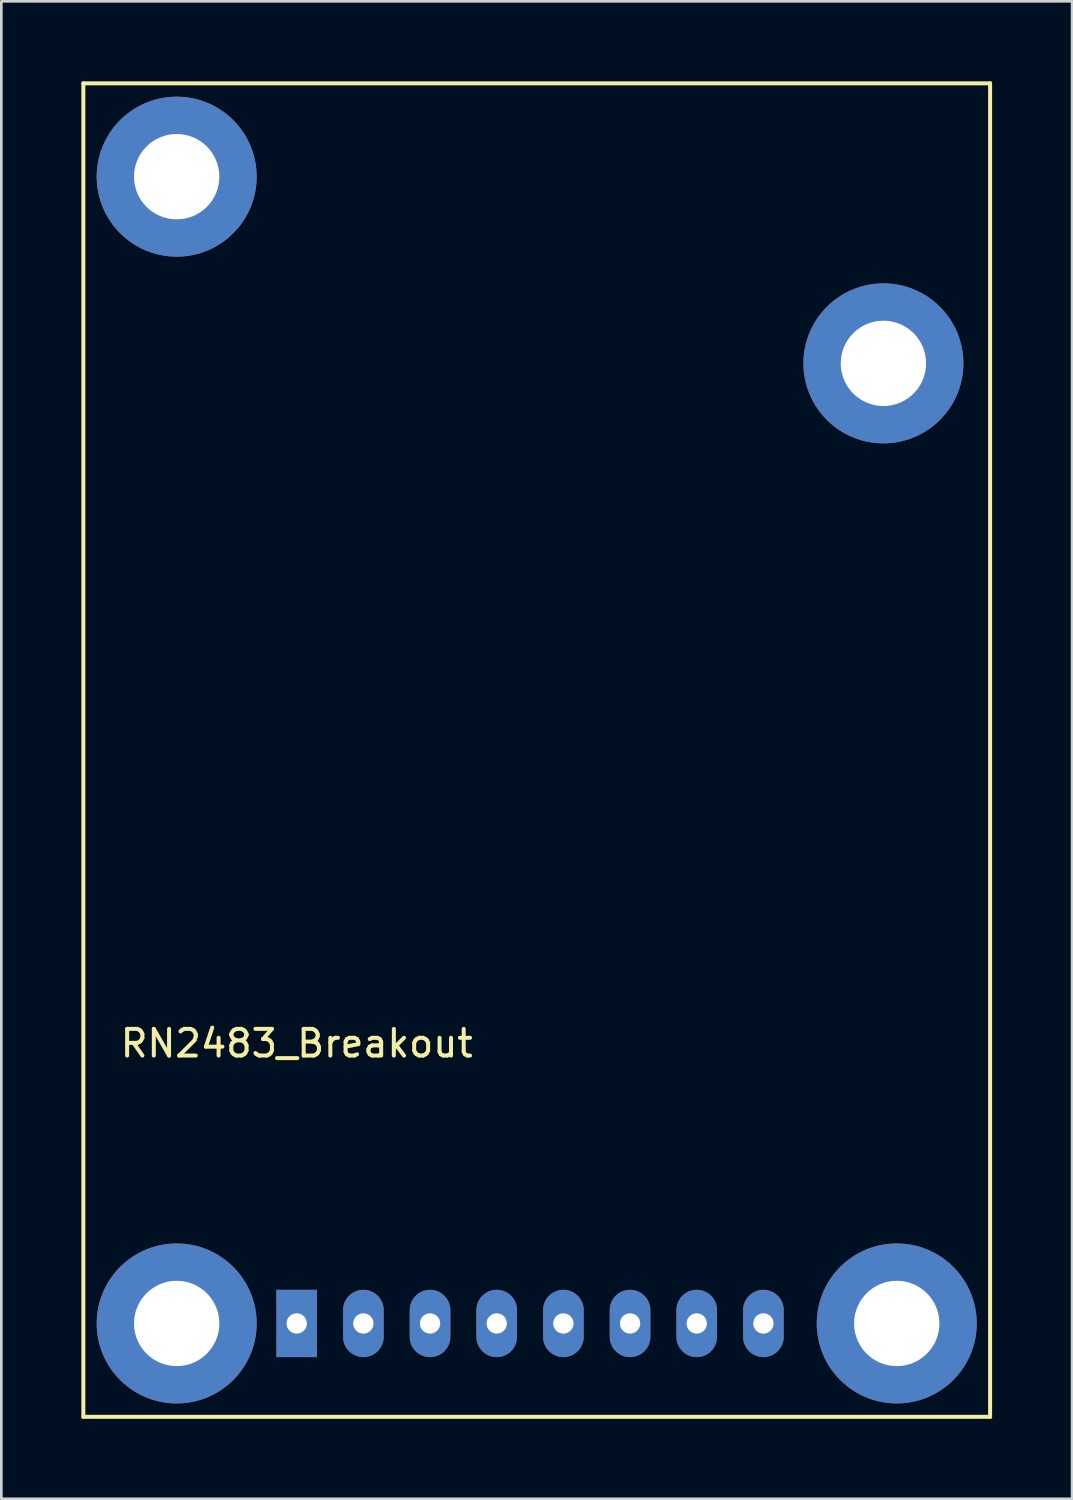
<source format=kicad_pcb>
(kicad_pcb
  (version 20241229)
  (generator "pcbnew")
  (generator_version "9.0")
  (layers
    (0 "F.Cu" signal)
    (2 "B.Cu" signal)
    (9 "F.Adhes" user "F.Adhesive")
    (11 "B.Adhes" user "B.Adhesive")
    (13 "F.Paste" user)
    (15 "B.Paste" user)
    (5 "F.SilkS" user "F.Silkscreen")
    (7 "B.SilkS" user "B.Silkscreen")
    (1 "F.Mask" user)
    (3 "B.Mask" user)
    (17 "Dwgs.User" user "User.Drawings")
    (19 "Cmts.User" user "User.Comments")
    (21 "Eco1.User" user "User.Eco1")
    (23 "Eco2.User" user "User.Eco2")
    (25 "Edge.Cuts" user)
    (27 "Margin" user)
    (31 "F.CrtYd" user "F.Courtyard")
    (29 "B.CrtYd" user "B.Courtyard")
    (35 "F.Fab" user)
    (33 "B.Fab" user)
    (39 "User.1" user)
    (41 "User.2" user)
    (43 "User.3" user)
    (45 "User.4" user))
  (footprint "RN2483_Breakout"
    (layer "F.Cu")
    (at 8.075 46.575)
    (property "Reference" "RN2483_Breakout" (at 0 -10.5 0) (layer "F.SilkS") (effects (font (size 1 1) (thickness 0.15))))
    (attr through_hole)
    (fp_line (start -8 -46.5) (end -8 3.5) (stroke (width 0.15) (type solid)) (layer "F.SilkS"))
    (fp_line (start -8 3.5) (end 26 3.5) (stroke (width 0.15) (type solid)) (layer "F.SilkS"))
    (fp_line (start 26 -46.5) (end -8 -46.5) (stroke (width 0.15) (type solid)) (layer "F.SilkS"))
    (fp_line (start 26 3.5) (end 26 -46.5) (stroke (width 0.15) (type solid)) (layer "F.SilkS"))
    (pad "" np_thru_hole oval (at -4.5 -43) (size 6 6) (drill 3.2) (layers "*.Cu" "*.Mask"))
    (pad "" np_thru_hole oval (at -4.5 0) (size 6 6) (drill 3.2) (layers "*.Cu" "*.Mask"))
    (pad "" np_thru_hole oval (at 22 -36) (size 6 6) (drill 3.2) (layers "*.Cu" "*.Mask"))
    (pad "" np_thru_hole oval (at 22.5 0) (size 6 6) (drill 3.2) (layers "*.Cu" "*.Mask"))
    (pad "1" thru_hole rect (at 0 0) (size 1.524 2.524) (drill 0.762) (layers "*.Cu" "*.Mask"))
    (pad "2" thru_hole oval (at 2.5 0) (size 1.524 2.524) (drill 0.762) (layers "*.Cu" "*.Mask"))
    (pad "3" thru_hole oval (at 5 0) (size 1.524 2.524) (drill 0.762) (layers "*.Cu" "*.Mask"))
    (pad "4" thru_hole oval (at 7.5 0) (size 1.524 2.524) (drill 0.762) (layers "*.Cu" "*.Mask"))
    (pad "5" thru_hole oval (at 10 0) (size 1.524 2.524) (drill 0.762) (layers "*.Cu" "*.Mask"))
    (pad "6" thru_hole oval (at 12.5 0) (size 1.524 2.524) (drill 0.762) (layers "*.Cu" "*.Mask"))
    (pad "7" thru_hole oval (at 15 0) (size 1.524 2.524) (drill 0.762) (layers "*.Cu" "*.Mask"))
    (pad "8" thru_hole oval (at 17.5 0) (size 1.524 2.524) (drill 0.762) (layers "*.Cu" "*.Mask")))
  (gr_rect
    (start -3 -3)
    (end 37.15 53.15)
    (stroke (width 0.1) (type default))
    (fill no)
    (layer "Edge.Cuts")))
</source>
